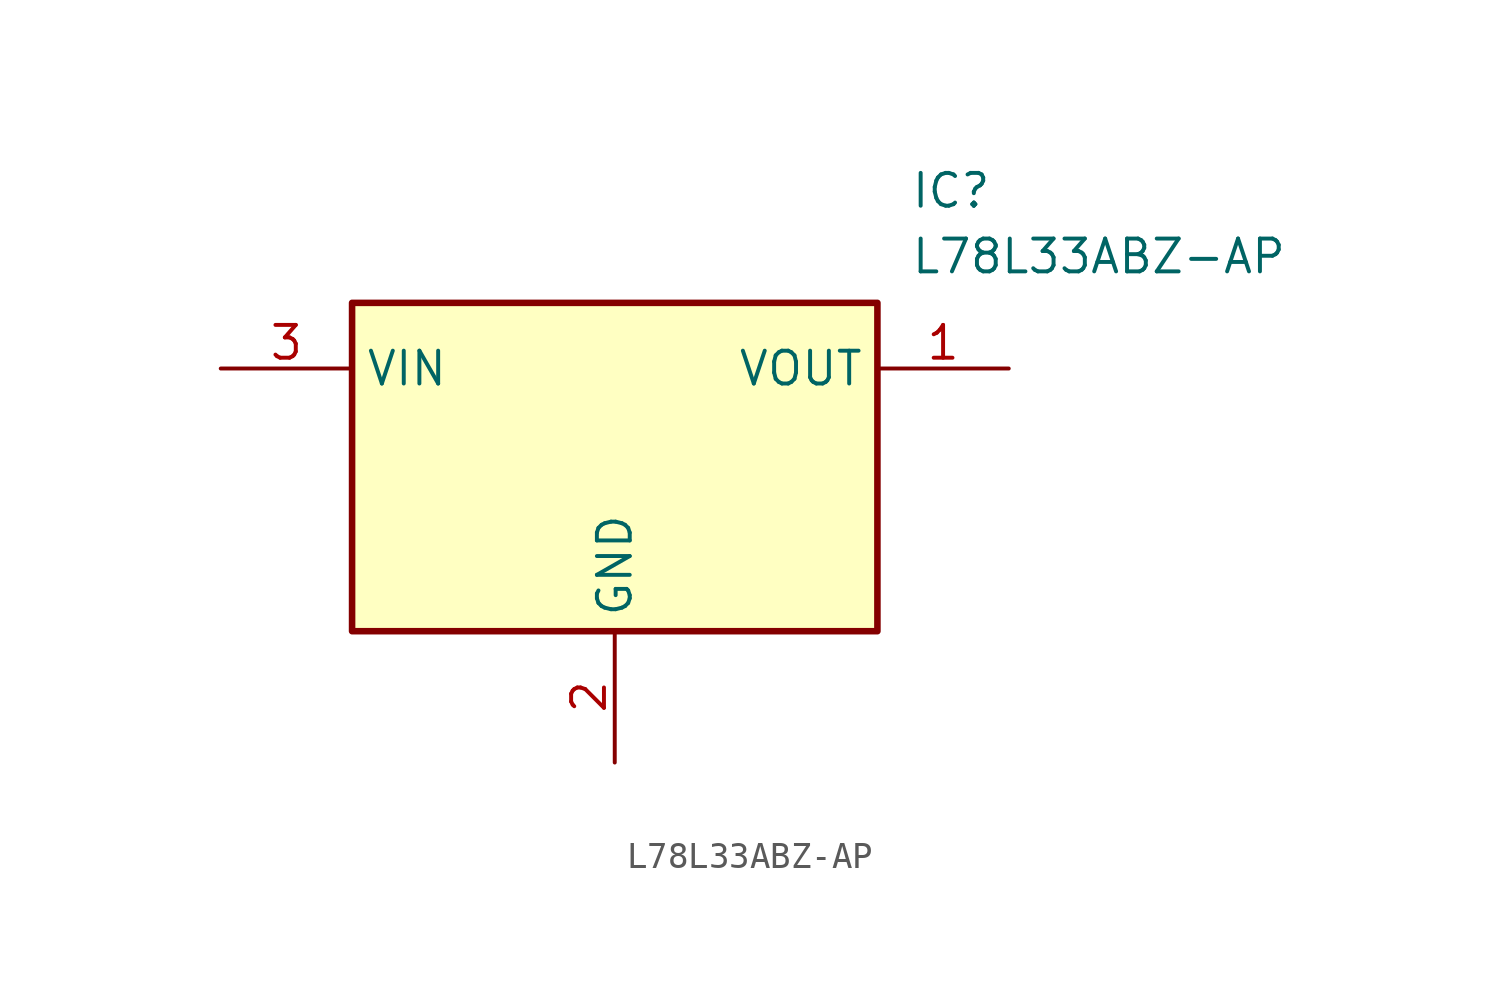
<source format=kicad_sym>
(kicad_symbol_lib
  (version 20211014)
  (generator SamacSys_ECAD_Model)
  (symbol "L78L33ABZ-AP"
    (property "Reference" "IC"
      (at 26.67 7.62 0)
      (effects (font (size 1.27 1.27)) (justify left top)))
    (property "Value" "L78L33ABZ-AP"
      (at 26.67 5.08 0)
      (effects (font (size 1.27 1.27)) (justify left top)))
    (rectangle
      (start 5.08 2.54)
      (end 25.4 -10.16)
      (stroke (width 0.254) (type default))
      (fill (type background)))
    (pin output line
      (at 30.48 0 180)
      (length 5.08)
      (name "VOUT" (effects (font (size 1.27 1.27))))
      (number "1" (effects (font (size 1.27 1.27)))))
    (pin power_in line
      (at 15.24 -15.24 90)
      (length 5.08)
      (name "GND" (effects (font (size 1.27 1.27))))
      (number "2" (effects (font (size 1.27 1.27)))))
    (pin input line
      (at 0 0 0)
      (length 5.08)
      (name "VIN" (effects (font (size 1.27 1.27))))
      (number "3" (effects (font (size 1.27 1.27)))))))
</source>
